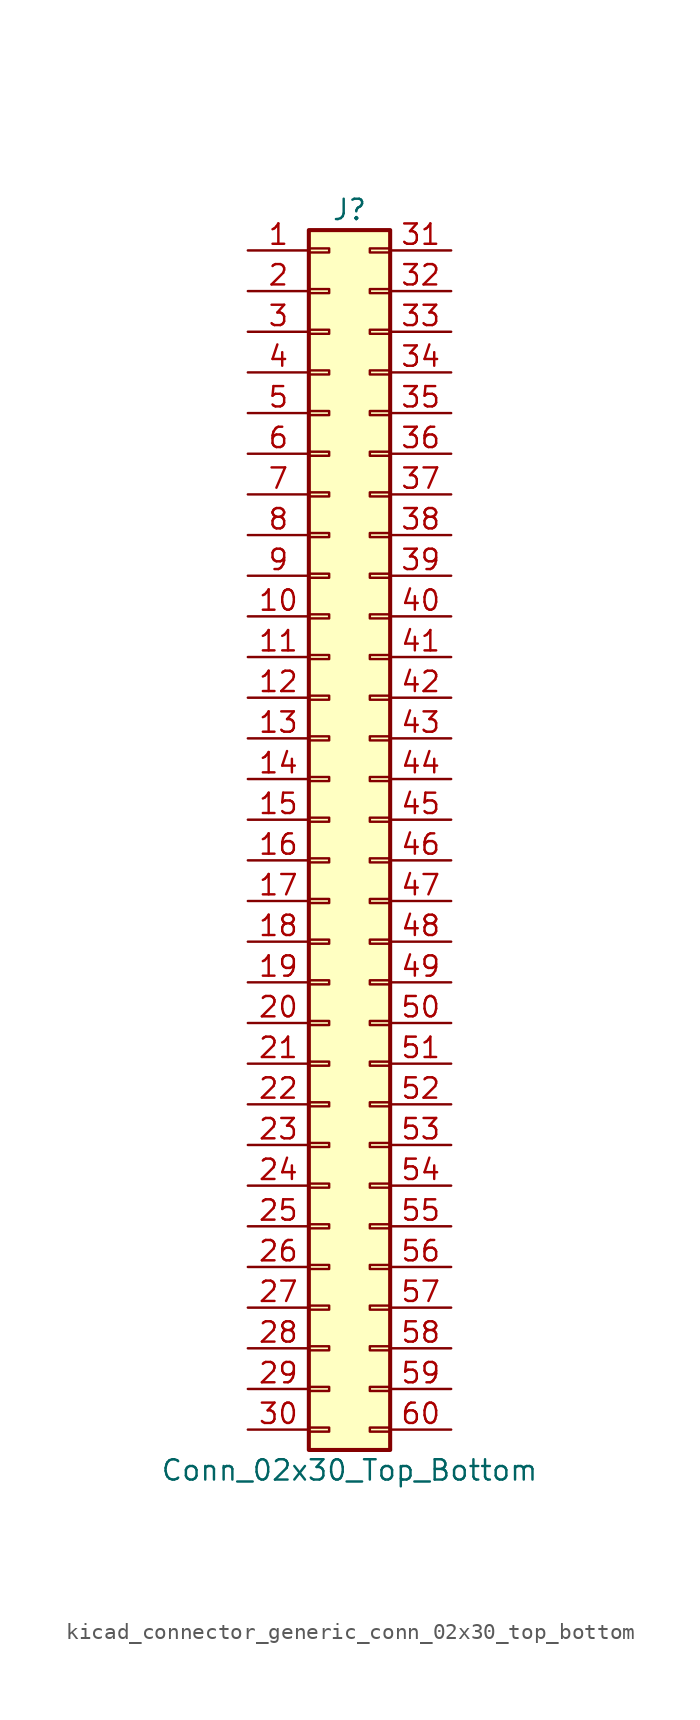
<source format=kicad_sym>
(kicad_symbol_lib
  (version 20220914)
  (generator kicad_symbol_editor)
  (symbol "kicad_connector_generic_conn_02x30_top_bottom"
    (pin_names
      (offset 1.016) hide)
    (property "Reference" "J"
      (at 1.27 38.1 0)
      (effects (font (size 1.27 1.27))))
    (property "Value" "Conn_02x30_Top_Bottom"
      (at 1.27 -40.64 0)
      (effects (font (size 1.27 1.27))))
    (symbol "kicad_connector_generic_conn_02x30_top_bottom_1_1"
      (rectangle (start -1.27 -37.973) (end 0 -38.227) (stroke (width 0.152) (type default)) (fill (type none)))
      (rectangle (start -1.27 -35.433) (end 0 -35.687) (stroke (width 0.152) (type default)) (fill (type none)))
      (rectangle (start -1.27 -32.893) (end 0 -33.147) (stroke (width 0.152) (type default)) (fill (type none)))
      (rectangle (start -1.27 -30.353) (end 0 -30.607) (stroke (width 0.152) (type default)) (fill (type none)))
      (rectangle (start -1.27 -27.813) (end 0 -28.067) (stroke (width 0.152) (type default)) (fill (type none)))
      (rectangle (start -1.27 -25.273) (end 0 -25.527) (stroke (width 0.152) (type default)) (fill (type none)))
      (rectangle (start -1.27 -22.733) (end 0 -22.987) (stroke (width 0.152) (type default)) (fill (type none)))
      (rectangle (start -1.27 -20.193) (end 0 -20.447) (stroke (width 0.152) (type default)) (fill (type none)))
      (rectangle (start -1.27 -17.653) (end 0 -17.907) (stroke (width 0.152) (type default)) (fill (type none)))
      (rectangle (start -1.27 -15.113) (end 0 -15.367) (stroke (width 0.152) (type default)) (fill (type none)))
      (rectangle (start -1.27 -12.573) (end 0 -12.827) (stroke (width 0.152) (type default)) (fill (type none)))
      (rectangle (start -1.27 -10.033) (end 0 -10.287) (stroke (width 0.152) (type default)) (fill (type none)))
      (rectangle (start -1.27 -7.493) (end 0 -7.747) (stroke (width 0.152) (type default)) (fill (type none)))
      (rectangle (start -1.27 -4.953) (end 0 -5.207) (stroke (width 0.152) (type default)) (fill (type none)))
      (rectangle (start -1.27 -2.413) (end 0 -2.667) (stroke (width 0.152) (type default)) (fill (type none)))
      (rectangle (start -1.27 0.127) (end 0 -0.127) (stroke (width 0.152) (type default)) (fill (type none)))
      (rectangle (start -1.27 2.667) (end 0 2.413) (stroke (width 0.152) (type default)) (fill (type none)))
      (rectangle (start -1.27 5.207) (end 0 4.953) (stroke (width 0.152) (type default)) (fill (type none)))
      (rectangle (start -1.27 7.747) (end 0 7.493) (stroke (width 0.152) (type default)) (fill (type none)))
      (rectangle (start -1.27 10.287) (end 0 10.033) (stroke (width 0.152) (type default)) (fill (type none)))
      (rectangle (start -1.27 12.827) (end 0 12.573) (stroke (width 0.152) (type default)) (fill (type none)))
      (rectangle (start -1.27 15.367) (end 0 15.113) (stroke (width 0.152) (type default)) (fill (type none)))
      (rectangle (start -1.27 17.907) (end 0 17.653) (stroke (width 0.152) (type default)) (fill (type none)))
      (rectangle (start -1.27 20.447) (end 0 20.193) (stroke (width 0.152) (type default)) (fill (type none)))
      (rectangle (start -1.27 22.987) (end 0 22.733) (stroke (width 0.152) (type default)) (fill (type none)))
      (rectangle (start -1.27 25.527) (end 0 25.273) (stroke (width 0.152) (type default)) (fill (type none)))
      (rectangle (start -1.27 28.067) (end 0 27.813) (stroke (width 0.152) (type default)) (fill (type none)))
      (rectangle (start -1.27 30.607) (end 0 30.353) (stroke (width 0.152) (type default)) (fill (type none)))
      (rectangle (start -1.27 33.147) (end 0 32.893) (stroke (width 0.152) (type default)) (fill (type none)))
      (rectangle (start -1.27 35.687) (end 0 35.433) (stroke (width 0.152) (type default)) (fill (type none)))
      (rectangle (start -1.27 36.83) (end 3.81 -39.37) (stroke (width 0.254) (type default)) (fill (type background)))
      (rectangle (start 3.81 -37.973) (end 2.54 -38.227) (stroke (width 0.152) (type default)) (fill (type none)))
      (rectangle (start 3.81 -35.433) (end 2.54 -35.687) (stroke (width 0.152) (type default)) (fill (type none)))
      (rectangle (start 3.81 -32.893) (end 2.54 -33.147) (stroke (width 0.152) (type default)) (fill (type none)))
      (rectangle (start 3.81 -30.353) (end 2.54 -30.607) (stroke (width 0.152) (type default)) (fill (type none)))
      (rectangle (start 3.81 -27.813) (end 2.54 -28.067) (stroke (width 0.152) (type default)) (fill (type none)))
      (rectangle (start 3.81 -25.273) (end 2.54 -25.527) (stroke (width 0.152) (type default)) (fill (type none)))
      (rectangle (start 3.81 -22.733) (end 2.54 -22.987) (stroke (width 0.152) (type default)) (fill (type none)))
      (rectangle (start 3.81 -20.193) (end 2.54 -20.447) (stroke (width 0.152) (type default)) (fill (type none)))
      (rectangle (start 3.81 -17.653) (end 2.54 -17.907) (stroke (width 0.152) (type default)) (fill (type none)))
      (rectangle (start 3.81 -15.113) (end 2.54 -15.367) (stroke (width 0.152) (type default)) (fill (type none)))
      (rectangle (start 3.81 -12.573) (end 2.54 -12.827) (stroke (width 0.152) (type default)) (fill (type none)))
      (rectangle (start 3.81 -10.033) (end 2.54 -10.287) (stroke (width 0.152) (type default)) (fill (type none)))
      (rectangle (start 3.81 -7.493) (end 2.54 -7.747) (stroke (width 0.152) (type default)) (fill (type none)))
      (rectangle (start 3.81 -4.953) (end 2.54 -5.207) (stroke (width 0.152) (type default)) (fill (type none)))
      (rectangle (start 3.81 -2.413) (end 2.54 -2.667) (stroke (width 0.152) (type default)) (fill (type none)))
      (rectangle (start 3.81 0.127) (end 2.54 -0.127) (stroke (width 0.152) (type default)) (fill (type none)))
      (rectangle (start 3.81 2.667) (end 2.54 2.413) (stroke (width 0.152) (type default)) (fill (type none)))
      (rectangle (start 3.81 5.207) (end 2.54 4.953) (stroke (width 0.152) (type default)) (fill (type none)))
      (rectangle (start 3.81 7.747) (end 2.54 7.493) (stroke (width 0.152) (type default)) (fill (type none)))
      (rectangle (start 3.81 10.287) (end 2.54 10.033) (stroke (width 0.152) (type default)) (fill (type none)))
      (rectangle (start 3.81 12.827) (end 2.54 12.573) (stroke (width 0.152) (type default)) (fill (type none)))
      (rectangle (start 3.81 15.367) (end 2.54 15.113) (stroke (width 0.152) (type default)) (fill (type none)))
      (rectangle (start 3.81 17.907) (end 2.54 17.653) (stroke (width 0.152) (type default)) (fill (type none)))
      (rectangle (start 3.81 20.447) (end 2.54 20.193) (stroke (width 0.152) (type default)) (fill (type none)))
      (rectangle (start 3.81 22.987) (end 2.54 22.733) (stroke (width 0.152) (type default)) (fill (type none)))
      (rectangle (start 3.81 25.527) (end 2.54 25.273) (stroke (width 0.152) (type default)) (fill (type none)))
      (rectangle (start 3.81 28.067) (end 2.54 27.813) (stroke (width 0.152) (type default)) (fill (type none)))
      (rectangle (start 3.81 30.607) (end 2.54 30.353) (stroke (width 0.152) (type default)) (fill (type none)))
      (rectangle (start 3.81 33.147) (end 2.54 32.893) (stroke (width 0.152) (type default)) (fill (type none)))
      (rectangle (start 3.81 35.687) (end 2.54 35.433) (stroke (width 0.152) (type default)) (fill (type none)))
      (pin passive line (at -5.08 35.56 0) (length 3.81) (name "Pin_1" (effects (font (size 1.27 1.27)))) (number "1" (effects (font (size 1.27 1.27)))))
      (pin passive line (at -5.08 12.7 0) (length 3.81) (name "Pin_10" (effects (font (size 1.27 1.27)))) (number "10" (effects (font (size 1.27 1.27)))))
      (pin passive line (at -5.08 10.16 0) (length 3.81) (name "Pin_11" (effects (font (size 1.27 1.27)))) (number "11" (effects (font (size 1.27 1.27)))))
      (pin passive line (at -5.08 7.62 0) (length 3.81) (name "Pin_12" (effects (font (size 1.27 1.27)))) (number "12" (effects (font (size 1.27 1.27)))))
      (pin passive line (at -5.08 5.08 0) (length 3.81) (name "Pin_13" (effects (font (size 1.27 1.27)))) (number "13" (effects (font (size 1.27 1.27)))))
      (pin passive line (at -5.08 2.54 0) (length 3.81) (name "Pin_14" (effects (font (size 1.27 1.27)))) (number "14" (effects (font (size 1.27 1.27)))))
      (pin passive line (at -5.08 0 0) (length 3.81) (name "Pin_15" (effects (font (size 1.27 1.27)))) (number "15" (effects (font (size 1.27 1.27)))))
      (pin passive line (at -5.08 -2.54 0) (length 3.81) (name "Pin_16" (effects (font (size 1.27 1.27)))) (number "16" (effects (font (size 1.27 1.27)))))
      (pin passive line (at -5.08 -5.08 0) (length 3.81) (name "Pin_17" (effects (font (size 1.27 1.27)))) (number "17" (effects (font (size 1.27 1.27)))))
      (pin passive line (at -5.08 -7.62 0) (length 3.81) (name "Pin_18" (effects (font (size 1.27 1.27)))) (number "18" (effects (font (size 1.27 1.27)))))
      (pin passive line (at -5.08 -10.16 0) (length 3.81) (name "Pin_19" (effects (font (size 1.27 1.27)))) (number "19" (effects (font (size 1.27 1.27)))))
      (pin passive line (at -5.08 33.02 0) (length 3.81) (name "Pin_2" (effects (font (size 1.27 1.27)))) (number "2" (effects (font (size 1.27 1.27)))))
      (pin passive line (at -5.08 -12.7 0) (length 3.81) (name "Pin_20" (effects (font (size 1.27 1.27)))) (number "20" (effects (font (size 1.27 1.27)))))
      (pin passive line (at -5.08 -15.24 0) (length 3.81) (name "Pin_21" (effects (font (size 1.27 1.27)))) (number "21" (effects (font (size 1.27 1.27)))))
      (pin passive line (at -5.08 -17.78 0) (length 3.81) (name "Pin_22" (effects (font (size 1.27 1.27)))) (number "22" (effects (font (size 1.27 1.27)))))
      (pin passive line (at -5.08 -20.32 0) (length 3.81) (name "Pin_23" (effects (font (size 1.27 1.27)))) (number "23" (effects (font (size 1.27 1.27)))))
      (pin passive line (at -5.08 -22.86 0) (length 3.81) (name "Pin_24" (effects (font (size 1.27 1.27)))) (number "24" (effects (font (size 1.27 1.27)))))
      (pin passive line (at -5.08 -25.4 0) (length 3.81) (name "Pin_25" (effects (font (size 1.27 1.27)))) (number "25" (effects (font (size 1.27 1.27)))))
      (pin passive line (at -5.08 -27.94 0) (length 3.81) (name "Pin_26" (effects (font (size 1.27 1.27)))) (number "26" (effects (font (size 1.27 1.27)))))
      (pin passive line (at -5.08 -30.48 0) (length 3.81) (name "Pin_27" (effects (font (size 1.27 1.27)))) (number "27" (effects (font (size 1.27 1.27)))))
      (pin passive line (at -5.08 -33.02 0) (length 3.81) (name "Pin_28" (effects (font (size 1.27 1.27)))) (number "28" (effects (font (size 1.27 1.27)))))
      (pin passive line (at -5.08 -35.56 0) (length 3.81) (name "Pin_29" (effects (font (size 1.27 1.27)))) (number "29" (effects (font (size 1.27 1.27)))))
      (pin passive line (at -5.08 30.48 0) (length 3.81) (name "Pin_3" (effects (font (size 1.27 1.27)))) (number "3" (effects (font (size 1.27 1.27)))))
      (pin passive line (at -5.08 -38.1 0) (length 3.81) (name "Pin_30" (effects (font (size 1.27 1.27)))) (number "30" (effects (font (size 1.27 1.27)))))
      (pin passive line (at 7.62 35.56 180) (length 3.81) (name "Pin_31" (effects (font (size 1.27 1.27)))) (number "31" (effects (font (size 1.27 1.27)))))
      (pin passive line (at 7.62 33.02 180) (length 3.81) (name "Pin_32" (effects (font (size 1.27 1.27)))) (number "32" (effects (font (size 1.27 1.27)))))
      (pin passive line (at 7.62 30.48 180) (length 3.81) (name "Pin_33" (effects (font (size 1.27 1.27)))) (number "33" (effects (font (size 1.27 1.27)))))
      (pin passive line (at 7.62 27.94 180) (length 3.81) (name "Pin_34" (effects (font (size 1.27 1.27)))) (number "34" (effects (font (size 1.27 1.27)))))
      (pin passive line (at 7.62 25.4 180) (length 3.81) (name "Pin_35" (effects (font (size 1.27 1.27)))) (number "35" (effects (font (size 1.27 1.27)))))
      (pin passive line (at 7.62 22.86 180) (length 3.81) (name "Pin_36" (effects (font (size 1.27 1.27)))) (number "36" (effects (font (size 1.27 1.27)))))
      (pin passive line (at 7.62 20.32 180) (length 3.81) (name "Pin_37" (effects (font (size 1.27 1.27)))) (number "37" (effects (font (size 1.27 1.27)))))
      (pin passive line (at 7.62 17.78 180) (length 3.81) (name "Pin_38" (effects (font (size 1.27 1.27)))) (number "38" (effects (font (size 1.27 1.27)))))
      (pin passive line (at 7.62 15.24 180) (length 3.81) (name "Pin_39" (effects (font (size 1.27 1.27)))) (number "39" (effects (font (size 1.27 1.27)))))
      (pin passive line (at -5.08 27.94 0) (length 3.81) (name "Pin_4" (effects (font (size 1.27 1.27)))) (number "4" (effects (font (size 1.27 1.27)))))
      (pin passive line (at 7.62 12.7 180) (length 3.81) (name "Pin_40" (effects (font (size 1.27 1.27)))) (number "40" (effects (font (size 1.27 1.27)))))
      (pin passive line (at 7.62 10.16 180) (length 3.81) (name "Pin_41" (effects (font (size 1.27 1.27)))) (number "41" (effects (font (size 1.27 1.27)))))
      (pin passive line (at 7.62 7.62 180) (length 3.81) (name "Pin_42" (effects (font (size 1.27 1.27)))) (number "42" (effects (font (size 1.27 1.27)))))
      (pin passive line (at 7.62 5.08 180) (length 3.81) (name "Pin_43" (effects (font (size 1.27 1.27)))) (number "43" (effects (font (size 1.27 1.27)))))
      (pin passive line (at 7.62 2.54 180) (length 3.81) (name "Pin_44" (effects (font (size 1.27 1.27)))) (number "44" (effects (font (size 1.27 1.27)))))
      (pin passive line (at 7.62 0 180) (length 3.81) (name "Pin_45" (effects (font (size 1.27 1.27)))) (number "45" (effects (font (size 1.27 1.27)))))
      (pin passive line (at 7.62 -2.54 180) (length 3.81) (name "Pin_46" (effects (font (size 1.27 1.27)))) (number "46" (effects (font (size 1.27 1.27)))))
      (pin passive line (at 7.62 -5.08 180) (length 3.81) (name "Pin_47" (effects (font (size 1.27 1.27)))) (number "47" (effects (font (size 1.27 1.27)))))
      (pin passive line (at 7.62 -7.62 180) (length 3.81) (name "Pin_48" (effects (font (size 1.27 1.27)))) (number "48" (effects (font (size 1.27 1.27)))))
      (pin passive line (at 7.62 -10.16 180) (length 3.81) (name "Pin_49" (effects (font (size 1.27 1.27)))) (number "49" (effects (font (size 1.27 1.27)))))
      (pin passive line (at -5.08 25.4 0) (length 3.81) (name "Pin_5" (effects (font (size 1.27 1.27)))) (number "5" (effects (font (size 1.27 1.27)))))
      (pin passive line (at 7.62 -12.7 180) (length 3.81) (name "Pin_50" (effects (font (size 1.27 1.27)))) (number "50" (effects (font (size 1.27 1.27)))))
      (pin passive line (at 7.62 -15.24 180) (length 3.81) (name "Pin_51" (effects (font (size 1.27 1.27)))) (number "51" (effects (font (size 1.27 1.27)))))
      (pin passive line (at 7.62 -17.78 180) (length 3.81) (name "Pin_52" (effects (font (size 1.27 1.27)))) (number "52" (effects (font (size 1.27 1.27)))))
      (pin passive line (at 7.62 -20.32 180) (length 3.81) (name "Pin_53" (effects (font (size 1.27 1.27)))) (number "53" (effects (font (size 1.27 1.27)))))
      (pin passive line (at 7.62 -22.86 180) (length 3.81) (name "Pin_54" (effects (font (size 1.27 1.27)))) (number "54" (effects (font (size 1.27 1.27)))))
      (pin passive line (at 7.62 -25.4 180) (length 3.81) (name "Pin_55" (effects (font (size 1.27 1.27)))) (number "55" (effects (font (size 1.27 1.27)))))
      (pin passive line (at 7.62 -27.94 180) (length 3.81) (name "Pin_56" (effects (font (size 1.27 1.27)))) (number "56" (effects (font (size 1.27 1.27)))))
      (pin passive line (at 7.62 -30.48 180) (length 3.81) (name "Pin_57" (effects (font (size 1.27 1.27)))) (number "57" (effects (font (size 1.27 1.27)))))
      (pin passive line (at 7.62 -33.02 180) (length 3.81) (name "Pin_58" (effects (font (size 1.27 1.27)))) (number "58" (effects (font (size 1.27 1.27)))))
      (pin passive line (at 7.62 -35.56 180) (length 3.81) (name "Pin_59" (effects (font (size 1.27 1.27)))) (number "59" (effects (font (size 1.27 1.27)))))
      (pin passive line (at -5.08 22.86 0) (length 3.81) (name "Pin_6" (effects (font (size 1.27 1.27)))) (number "6" (effects (font (size 1.27 1.27)))))
      (pin passive line (at 7.62 -38.1 180) (length 3.81) (name "Pin_60" (effects (font (size 1.27 1.27)))) (number "60" (effects (font (size 1.27 1.27)))))
      (pin passive line (at -5.08 20.32 0) (length 3.81) (name "Pin_7" (effects (font (size 1.27 1.27)))) (number "7" (effects (font (size 1.27 1.27)))))
      (pin passive line (at -5.08 17.78 0) (length 3.81) (name "Pin_8" (effects (font (size 1.27 1.27)))) (number "8" (effects (font (size 1.27 1.27)))))
      (pin passive line (at -5.08 15.24 0) (length 3.81) (name "Pin_9" (effects (font (size 1.27 1.27)))) (number "9" (effects (font (size 1.27 1.27))))))))
</source>
